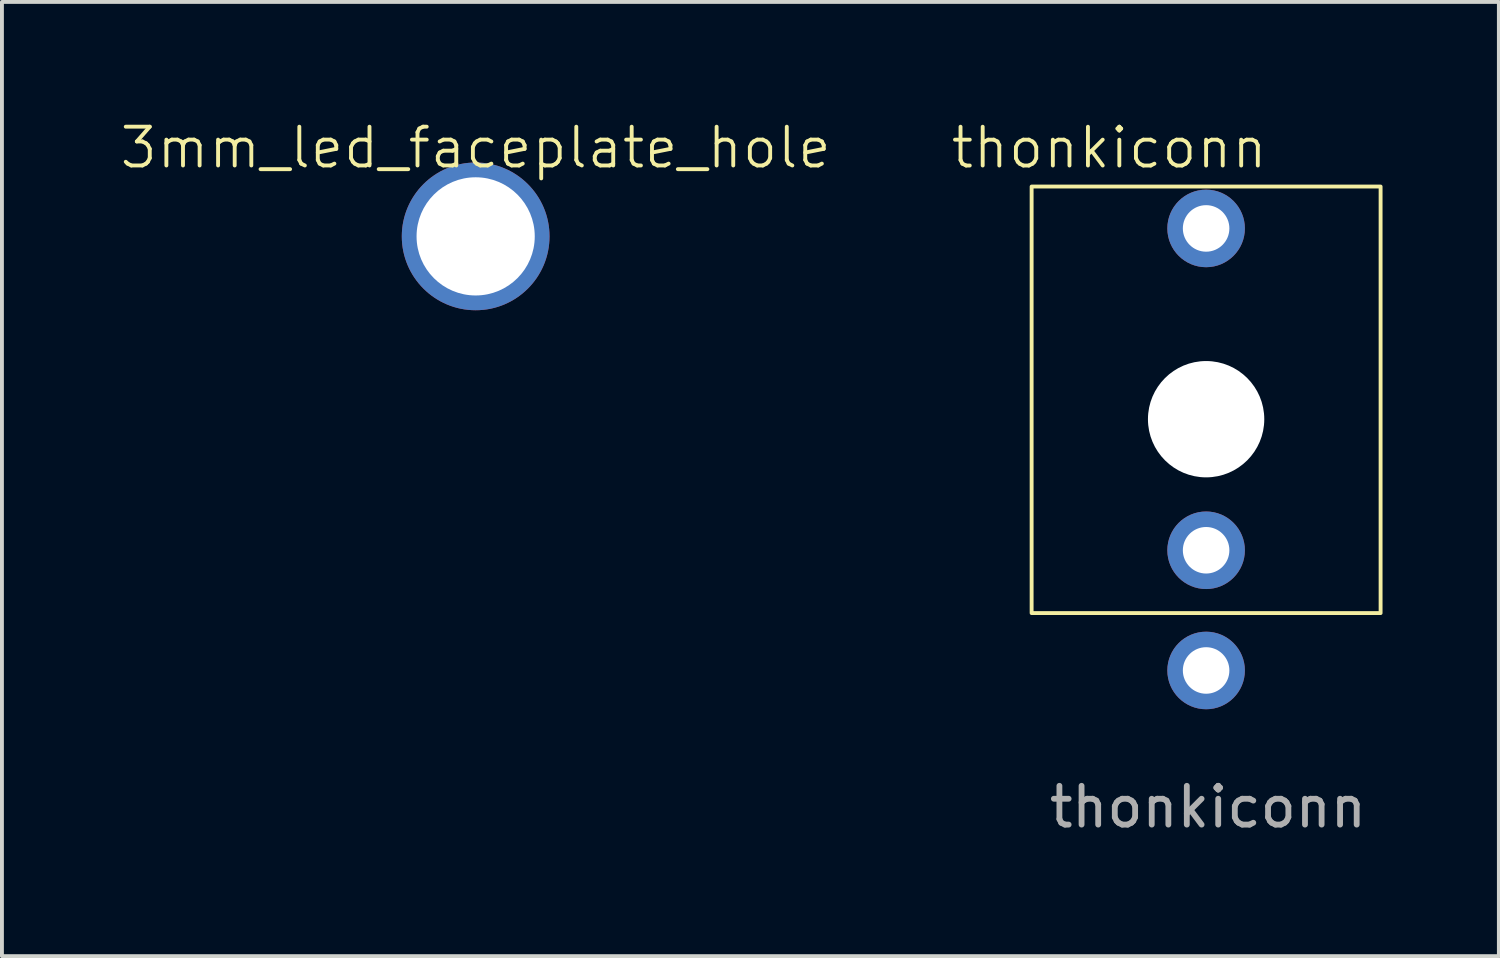
<source format=kicad_pcb>
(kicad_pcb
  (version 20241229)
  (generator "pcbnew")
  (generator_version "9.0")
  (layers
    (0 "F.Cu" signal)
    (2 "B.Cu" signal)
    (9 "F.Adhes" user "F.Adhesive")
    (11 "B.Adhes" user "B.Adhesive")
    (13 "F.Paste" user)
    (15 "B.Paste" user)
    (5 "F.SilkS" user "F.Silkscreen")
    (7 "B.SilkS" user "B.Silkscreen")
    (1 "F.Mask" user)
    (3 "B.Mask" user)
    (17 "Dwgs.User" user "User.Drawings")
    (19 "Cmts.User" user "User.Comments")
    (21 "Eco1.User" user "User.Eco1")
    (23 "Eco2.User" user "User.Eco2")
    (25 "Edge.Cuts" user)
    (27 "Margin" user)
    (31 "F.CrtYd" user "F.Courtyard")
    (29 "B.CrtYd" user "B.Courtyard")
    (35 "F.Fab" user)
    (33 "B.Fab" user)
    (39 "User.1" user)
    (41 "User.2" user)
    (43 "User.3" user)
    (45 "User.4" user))
  (footprint "thonkiconn"
    (layer "F.Cu")
    (at 28.055 7.761)
    (property "Reference" "thonkiconn" (at -2.5 -7 0) (unlocked yes) (layer "F.SilkS") (effects (font (size 1 1) (thickness 0.1))))
    (attr smd)
    (fp_rect (start -4.5 -6) (end 4.5 5) (stroke (width 0.1) (type default)) (fill no) (layer "F.SilkS"))
    (fp_text user "${REFERENCE}" (at 0.05 10 0) (unlocked yes) (layer "F.Fab") (effects (font (size 1 1) (thickness 0.15))))
    (pad "" np_thru_hole circle (at 0 0) (size 3 3) (drill 3) (layers "*.Cu" "*.Mask"))
    (pad "S" thru_hole circle (at 0 6.48) (size 2 2) (drill 1.2) (layers "*.Cu" "*.Mask"))
    (pad "T" thru_hole circle (at 0 -4.92) (size 2 2) (drill 1.2) (layers "*.Cu" "*.Mask"))
    (pad "TN" thru_hole circle (at 0 3.38) (size 2 2) (drill 1.2) (layers "*.Cu" "*.Mask")))
  (footprint "3mm_led_faceplate_hole"
    (layer "F.Cu")
    (at 9.217 3.046)
    (property "Reference" "3mm_led_faceplate_hole" (at 0 -2.286 0) (unlocked yes) (layer "F.SilkS") (effects (font (size 1 1) (thickness 0.1))))
    (attr through_hole)
    (pad "" thru_hole circle (at 0 0) (size 3.81 3.81) (drill 3.048) (layers "*.Cu" "*.Mask")))
  (gr_rect
    (start -3 -3)
    (end 35.605 21.609)
    (stroke (width 0.1) (type default))
    (fill no)
    (layer "Edge.Cuts")))
</source>
